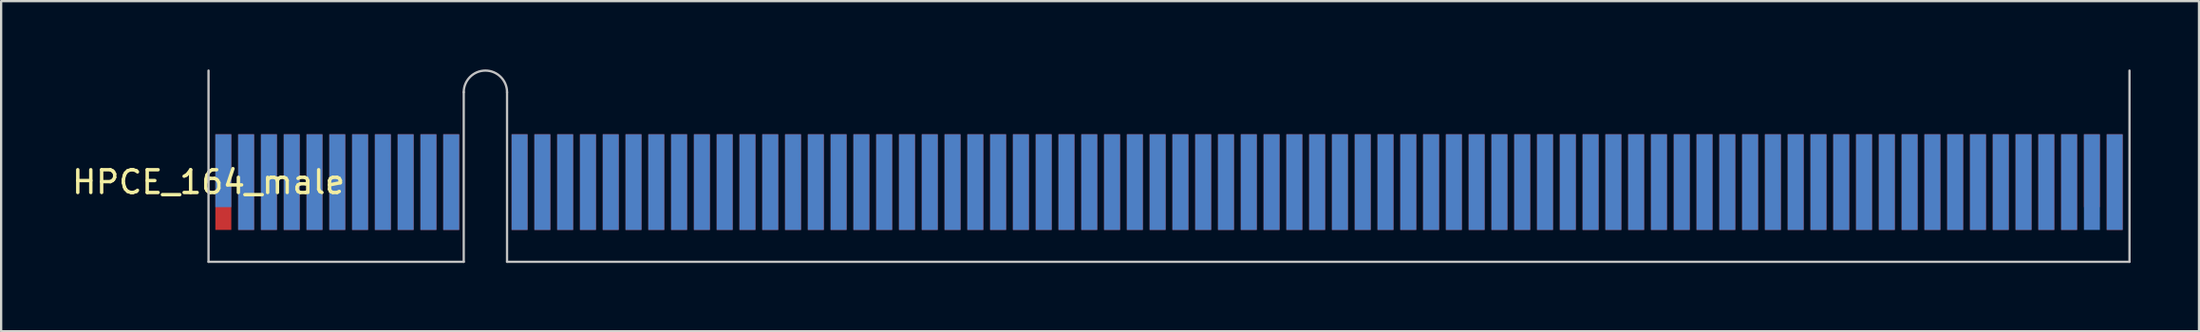
<source format=kicad_pcb>
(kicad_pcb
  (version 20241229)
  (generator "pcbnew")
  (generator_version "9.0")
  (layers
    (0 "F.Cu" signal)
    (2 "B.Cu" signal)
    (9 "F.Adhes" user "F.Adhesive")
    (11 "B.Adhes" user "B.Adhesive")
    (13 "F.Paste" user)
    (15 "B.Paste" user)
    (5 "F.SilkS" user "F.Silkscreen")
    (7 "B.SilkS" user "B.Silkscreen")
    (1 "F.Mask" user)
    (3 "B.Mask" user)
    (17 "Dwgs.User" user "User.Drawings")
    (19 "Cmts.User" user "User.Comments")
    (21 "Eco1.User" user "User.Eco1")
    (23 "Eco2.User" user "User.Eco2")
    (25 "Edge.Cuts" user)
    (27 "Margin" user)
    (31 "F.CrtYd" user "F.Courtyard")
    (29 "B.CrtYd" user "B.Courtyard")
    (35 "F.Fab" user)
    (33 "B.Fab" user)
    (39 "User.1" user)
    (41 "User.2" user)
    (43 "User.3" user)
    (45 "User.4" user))
  (footprint "HPCE_164_male"
    (layer "F.Cu")
    (at 6.101 4.95)
    (property "Reference" "HPCE_164_male" (at 0 0 0) (layer "F.SilkS") (effects (font (size 1 1) (thickness 0.15))))
    (attr through_hole)
    (fp_line (start 0 3.5) (end 0 -4.9) (stroke (width 0.1) (type solid)) (layer "Dwgs.User"))
    (fp_line (start 0 3.5) (end 11.2 3.5) (stroke (width 0.1) (type solid)) (layer "Dwgs.User"))
    (fp_line (start 11.2 3.5) (end 11.2 -3.95) (stroke (width 0.1) (type solid)) (layer "Dwgs.User"))
    (fp_line (start 13.1 3.5) (end 13.1 -3.95) (stroke (width 0.1) (type solid)) (layer "Dwgs.User"))
    (fp_line (start 13.1 3.5) (end 84.3 3.5) (stroke (width 0.1) (type solid)) (layer "Dwgs.User"))
    (fp_line (start 84.3 3.5) (end 84.3 -4.9) (stroke (width 0.1) (type solid)) (layer "Dwgs.User"))
    (fp_arc (start 11.2 -3.95) (mid 12.15 -4.9) (end 13.1 -3.95) (stroke (width 0.1) (type solid)) (layer "Dwgs.User"))
    (pad "A1" smd rect (at 0.65 -0.5) (size 0.7 3.2) (layers "B.Cu" "B.Mask"))
    (pad "A2" smd rect (at 1.65 0) (size 0.7 4.2) (layers "B.Cu" "B.Mask"))
    (pad "A3" smd rect (at 2.65 0) (size 0.7 4.2) (layers "B.Cu" "B.Mask"))
    (pad "A4" smd rect (at 3.65 0) (size 0.7 4.2) (layers "B.Cu" "B.Mask"))
    (pad "A5" smd rect (at 4.65 0) (size 0.7 4.2) (layers "B.Cu" "B.Mask"))
    (pad "A6" smd rect (at 5.65 0) (size 0.7 4.2) (layers "B.Cu" "B.Mask"))
    (pad "A7" smd rect (at 6.65 0) (size 0.7 4.2) (layers "B.Cu" "B.Mask"))
    (pad "A8" smd rect (at 7.65 0) (size 0.7 4.2) (layers "B.Cu" "B.Mask"))
    (pad "A9" smd rect (at 8.65 0) (size 0.7 4.2) (layers "B.Cu" "B.Mask"))
    (pad "A10" smd rect (at 9.65 0) (size 0.7 4.2) (layers "B.Cu" "B.Mask"))
    (pad "A11" smd rect (at 10.65 0) (size 0.7 4.2) (layers "B.Cu" "B.Mask"))
    (pad "A12" smd rect (at 13.65 0) (size 0.7 4.2) (layers "B.Cu" "B.Mask"))
    (pad "A13" smd rect (at 14.65 0) (size 0.7 4.2) (layers "B.Cu" "B.Mask"))
    (pad "A14" smd rect (at 15.65 0) (size 0.7 4.2) (layers "B.Cu" "B.Mask"))
    (pad "A15" smd rect (at 16.65 0) (size 0.7 4.2) (layers "B.Cu" "B.Mask"))
    (pad "A16" smd rect (at 17.65 0) (size 0.7 4.2) (layers "B.Cu" "B.Mask"))
    (pad "A17" smd rect (at 18.65 0) (size 0.7 4.2) (layers "B.Cu" "B.Mask"))
    (pad "A18" smd rect (at 19.65 0) (size 0.7 4.2) (layers "B.Cu" "B.Mask"))
    (pad "A19" smd rect (at 20.65 0) (size 0.7 4.2) (layers "B.Cu" "B.Mask"))
    (pad "A20" smd rect (at 21.65 0) (size 0.7 4.2) (layers "B.Cu" "B.Mask"))
    (pad "A21" smd rect (at 22.65 0) (size 0.7 4.2) (layers "B.Cu" "B.Mask"))
    (pad "A22" smd rect (at 23.65 0) (size 0.7 4.2) (layers "B.Cu" "B.Mask"))
    (pad "A23" smd rect (at 24.65 0) (size 0.7 4.2) (layers "B.Cu" "B.Mask"))
    (pad "A24" smd rect (at 25.65 0) (size 0.7 4.2) (layers "B.Cu" "B.Mask"))
    (pad "A25" smd rect (at 26.65 0) (size 0.7 4.2) (layers "B.Cu" "B.Mask"))
    (pad "A26" smd rect (at 27.65 0) (size 0.7 4.2) (layers "B.Cu" "B.Mask"))
    (pad "A27" smd rect (at 28.65 0) (size 0.7 4.2) (layers "B.Cu" "B.Mask"))
    (pad "A28" smd rect (at 29.65 0) (size 0.7 4.2) (layers "B.Cu" "B.Mask"))
    (pad "A29" smd rect (at 30.65 0) (size 0.7 4.2) (layers "B.Cu" "B.Mask"))
    (pad "A30" smd rect (at 31.65 0) (size 0.7 4.2) (layers "B.Cu" "B.Mask"))
    (pad "A31" smd rect (at 32.65 0) (size 0.7 4.2) (layers "B.Cu" "B.Mask"))
    (pad "A32" smd rect (at 33.65 0) (size 0.7 4.2) (layers "B.Cu" "B.Mask"))
    (pad "A33" smd rect (at 34.65 0) (size 0.7 4.2) (layers "B.Cu" "B.Mask"))
    (pad "A34" smd rect (at 35.65 0) (size 0.7 4.2) (layers "B.Cu" "B.Mask"))
    (pad "A35" smd rect (at 36.65 0) (size 0.7 4.2) (layers "B.Cu" "B.Mask"))
    (pad "A36" smd rect (at 37.65 0) (size 0.7 4.2) (layers "B.Cu" "B.Mask"))
    (pad "A37" smd rect (at 38.65 0) (size 0.7 4.2) (layers "B.Cu" "B.Mask"))
    (pad "A38" smd rect (at 39.65 0) (size 0.7 4.2) (layers "B.Cu" "B.Mask"))
    (pad "A39" smd rect (at 40.65 0) (size 0.7 4.2) (layers "B.Cu" "B.Mask"))
    (pad "A40" smd rect (at 41.65 0) (size 0.7 4.2) (layers "B.Cu" "B.Mask"))
    (pad "A41" smd rect (at 42.65 0) (size 0.7 4.2) (layers "B.Cu" "B.Mask"))
    (pad "A42" smd rect (at 43.65 0) (size 0.7 4.2) (layers "B.Cu" "B.Mask"))
    (pad "A43" smd rect (at 44.65 0) (size 0.7 4.2) (layers "B.Cu" "B.Mask"))
    (pad "A44" smd rect (at 45.65 0) (size 0.7 4.2) (layers "B.Cu" "B.Mask"))
    (pad "A45" smd rect (at 46.65 0) (size 0.7 4.2) (layers "B.Cu" "B.Mask"))
    (pad "A46" smd rect (at 47.65 0) (size 0.7 4.2) (layers "B.Cu" "B.Mask"))
    (pad "A47" smd rect (at 48.65 0) (size 0.7 4.2) (layers "B.Cu" "B.Mask"))
    (pad "A48" smd rect (at 49.65 0) (size 0.7 4.2) (layers "B.Cu" "B.Mask"))
    (pad "A49" smd rect (at 50.65 0) (size 0.7 4.2) (layers "B.Cu" "B.Mask"))
    (pad "A50" smd rect (at 51.65 0) (size 0.7 4.2) (layers "B.Cu" "B.Mask"))
    (pad "A51" smd rect (at 52.65 0) (size 0.7 4.2) (layers "B.Cu" "B.Mask"))
    (pad "A52" smd rect (at 53.65 0) (size 0.7 4.2) (layers "B.Cu" "B.Mask"))
    (pad "A53" smd rect (at 54.65 0) (size 0.7 4.2) (layers "B.Cu" "B.Mask"))
    (pad "A54" smd rect (at 55.65 0) (size 0.7 4.2) (layers "B.Cu" "B.Mask"))
    (pad "A55" smd rect (at 56.65 0) (size 0.7 4.2) (layers "B.Cu" "B.Mask"))
    (pad "A56" smd rect (at 57.65 0) (size 0.7 4.2) (layers "B.Cu" "B.Mask"))
    (pad "A57" smd rect (at 58.65 0) (size 0.7 4.2) (layers "B.Cu" "B.Mask"))
    (pad "A58" smd rect (at 59.65 0) (size 0.7 4.2) (layers "B.Cu" "B.Mask"))
    (pad "A59" smd rect (at 60.65 0) (size 0.7 4.2) (layers "B.Cu" "B.Mask"))
    (pad "A60" smd rect (at 61.65 0) (size 0.7 4.2) (layers "B.Cu" "B.Mask"))
    (pad "A61" smd rect (at 62.65 0) (size 0.7 4.2) (layers "B.Cu" "B.Mask"))
    (pad "A62" smd rect (at 63.65 0) (size 0.7 4.2) (layers "B.Cu" "B.Mask"))
    (pad "A63" smd rect (at 64.65 0) (size 0.7 4.2) (layers "B.Cu" "B.Mask"))
    (pad "A64" smd rect (at 65.65 0) (size 0.7 4.2) (layers "B.Cu" "B.Mask"))
    (pad "A65" smd rect (at 66.65 0) (size 0.7 4.2) (layers "B.Cu" "B.Mask"))
    (pad "A66" smd rect (at 67.65 0) (size 0.7 4.2) (layers "B.Cu" "B.Mask"))
    (pad "A67" smd rect (at 68.65 0) (size 0.7 4.2) (layers "B.Cu" "B.Mask"))
    (pad "A68" smd rect (at 69.65 0) (size 0.7 4.2) (layers "B.Cu" "B.Mask"))
    (pad "A69" smd rect (at 70.65 0) (size 0.7 4.2) (layers "B.Cu" "B.Mask"))
    (pad "A70" smd rect (at 71.65 0) (size 0.7 4.2) (layers "B.Cu" "B.Mask"))
    (pad "A71" smd rect (at 72.65 0) (size 0.7 4.2) (layers "B.Cu" "B.Mask"))
    (pad "A72" smd rect (at 73.65 0) (size 0.7 4.2) (layers "B.Cu" "B.Mask"))
    (pad "A73" smd rect (at 74.65 0) (size 0.7 4.2) (layers "B.Cu" "B.Mask"))
    (pad "A74" smd rect (at 75.65 0) (size 0.7 4.2) (layers "B.Cu" "B.Mask"))
    (pad "A75" smd rect (at 76.65 0) (size 0.7 4.2) (layers "B.Cu" "B.Mask"))
    (pad "A76" smd rect (at 77.65 0) (size 0.7 4.2) (layers "B.Cu" "B.Mask"))
    (pad "A77" smd rect (at 78.65 0) (size 0.7 4.2) (layers "B.Cu" "B.Mask"))
    (pad "A78" smd rect (at 79.65 0) (size 0.7 4.2) (layers "B.Cu" "B.Mask"))
    (pad "A79" smd rect (at 80.65 0) (size 0.7 4.2) (layers "B.Cu" "B.Mask"))
    (pad "A80" smd rect (at 81.65 0) (size 0.7 4.2) (layers "B.Cu" "B.Mask"))
    (pad "A81" smd rect (at 82.65 0) (size 0.7 4.2) (layers "B.Cu" "B.Mask"))
    (pad "A82" smd rect (at 83.65 0) (size 0.7 4.2) (layers "B.Cu" "B.Mask"))
    (pad "B1" smd rect (at 0.65 0) (size 0.7 4.2) (layers "F.Cu" "F.Mask"))
    (pad "B2" smd rect (at 1.65 0) (size 0.7 4.2) (layers "F.Cu" "F.Mask"))
    (pad "B3" smd rect (at 2.65 0) (size 0.7 4.2) (layers "F.Cu" "F.Mask"))
    (pad "B4" smd rect (at 3.65 0) (size 0.7 4.2) (layers "F.Cu" "F.Mask"))
    (pad "B5" smd rect (at 4.65 0) (size 0.7 4.2) (layers "F.Cu" "F.Mask"))
    (pad "B6" smd rect (at 5.65 0) (size 0.7 4.2) (layers "F.Cu" "F.Mask"))
    (pad "B7" smd rect (at 6.65 0) (size 0.7 4.2) (layers "F.Cu" "F.Mask"))
    (pad "B8" smd rect (at 7.65 0) (size 0.7 4.2) (layers "F.Cu" "F.Mask"))
    (pad "B9" smd rect (at 8.65 0) (size 0.7 4.2) (layers "F.Cu" "F.Mask"))
    (pad "B10" smd rect (at 9.65 0) (size 0.7 4.2) (layers "F.Cu" "F.Mask"))
    (pad "B11" smd rect (at 10.65 0) (size 0.7 4.2) (layers "F.Cu" "F.Mask"))
    (pad "B12" smd rect (at 13.65 0) (size 0.7 4.2) (layers "F.Cu" "F.Mask"))
    (pad "B13" smd rect (at 14.65 0) (size 0.7 4.2) (layers "F.Cu" "F.Mask"))
    (pad "B14" smd rect (at 15.65 0) (size 0.7 4.2) (layers "F.Cu" "F.Mask"))
    (pad "B15" smd rect (at 16.65 0) (size 0.7 4.2) (layers "F.Cu" "F.Mask"))
    (pad "B16" smd rect (at 17.65 0) (size 0.7 4.2) (layers "F.Cu" "F.Mask"))
    (pad "B17" smd rect (at 18.65 0) (size 0.7 4.2) (layers "F.Cu" "F.Mask"))
    (pad "B18" smd rect (at 19.65 0) (size 0.7 4.2) (layers "F.Cu" "F.Mask"))
    (pad "B19" smd rect (at 20.65 0) (size 0.7 4.2) (layers "F.Cu" "F.Mask"))
    (pad "B20" smd rect (at 21.65 0) (size 0.7 4.2) (layers "F.Cu" "F.Mask"))
    (pad "B21" smd rect (at 22.65 0) (size 0.7 4.2) (layers "F.Cu" "F.Mask"))
    (pad "B22" smd rect (at 23.65 0) (size 0.7 4.2) (layers "F.Cu" "F.Mask"))
    (pad "B23" smd rect (at 24.65 0) (size 0.7 4.2) (layers "F.Cu" "F.Mask"))
    (pad "B24" smd rect (at 25.65 0) (size 0.7 4.2) (layers "F.Cu" "F.Mask"))
    (pad "B25" smd rect (at 26.65 0) (size 0.7 4.2) (layers "F.Cu" "F.Mask"))
    (pad "B26" smd rect (at 27.65 0) (size 0.7 4.2) (layers "F.Cu" "F.Mask"))
    (pad "B27" smd rect (at 28.65 0) (size 0.7 4.2) (layers "F.Cu" "F.Mask"))
    (pad "B28" smd rect (at 29.65 0) (size 0.7 4.2) (layers "F.Cu" "F.Mask"))
    (pad "B29" smd rect (at 30.65 0) (size 0.7 4.2) (layers "F.Cu" "F.Mask"))
    (pad "B30" smd rect (at 31.65 0) (size 0.7 4.2) (layers "F.Cu" "F.Mask"))
    (pad "B31" smd rect (at 32.65 0) (size 0.7 4.2) (layers "F.Cu" "F.Mask"))
    (pad "B32" smd rect (at 33.65 0) (size 0.7 4.2) (layers "F.Cu" "F.Mask"))
    (pad "B33" smd rect (at 34.65 0) (size 0.7 4.2) (layers "F.Cu" "F.Mask"))
    (pad "B34" smd rect (at 35.65 0) (size 0.7 4.2) (layers "F.Cu" "F.Mask"))
    (pad "B35" smd rect (at 36.65 0) (size 0.7 4.2) (layers "F.Cu" "F.Mask"))
    (pad "B36" smd rect (at 37.65 0) (size 0.7 4.2) (layers "F.Cu" "F.Mask"))
    (pad "B37" smd rect (at 38.65 0) (size 0.7 4.2) (layers "F.Cu" "F.Mask"))
    (pad "B38" smd rect (at 39.65 0) (size 0.7 4.2) (layers "F.Cu" "F.Mask"))
    (pad "B39" smd rect (at 40.65 0) (size 0.7 4.2) (layers "F.Cu" "F.Mask"))
    (pad "B40" smd rect (at 41.65 0) (size 0.7 4.2) (layers "F.Cu" "F.Mask"))
    (pad "B41" smd rect (at 42.65 0) (size 0.7 4.2) (layers "F.Cu" "F.Mask"))
    (pad "B42" smd rect (at 43.65 0) (size 0.7 4.2) (layers "F.Cu" "F.Mask"))
    (pad "B43" smd rect (at 44.65 0) (size 0.7 4.2) (layers "F.Cu" "F.Mask"))
    (pad "B44" smd rect (at 45.65 0) (size 0.7 4.2) (layers "F.Cu" "F.Mask"))
    (pad "B45" smd rect (at 46.65 0) (size 0.7 4.2) (layers "F.Cu" "F.Mask"))
    (pad "B46" smd rect (at 47.65 0) (size 0.7 4.2) (layers "F.Cu" "F.Mask"))
    (pad "B47" smd rect (at 48.65 0) (size 0.7 4.2) (layers "F.Cu" "F.Mask"))
    (pad "B48" smd rect (at 49.65 0) (size 0.7 4.2) (layers "F.Cu" "F.Mask"))
    (pad "B49" smd rect (at 50.65 0) (size 0.7 4.2) (layers "F.Cu" "F.Mask"))
    (pad "B50" smd rect (at 51.65 0) (size 0.7 4.2) (layers "F.Cu" "F.Mask"))
    (pad "B51" smd rect (at 52.65 0) (size 0.7 4.2) (layers "F.Cu" "F.Mask"))
    (pad "B52" smd rect (at 53.65 0) (size 0.7 4.2) (layers "F.Cu" "F.Mask"))
    (pad "B53" smd rect (at 54.65 0) (size 0.7 4.2) (layers "F.Cu" "F.Mask"))
    (pad "B54" smd rect (at 55.65 0) (size 0.7 4.2) (layers "F.Cu" "F.Mask"))
    (pad "B55" smd rect (at 56.65 0) (size 0.7 4.2) (layers "F.Cu" "F.Mask"))
    (pad "B56" smd rect (at 57.65 0) (size 0.7 4.2) (layers "F.Cu" "F.Mask"))
    (pad "B57" smd rect (at 58.65 0) (size 0.7 4.2) (layers "F.Cu" "F.Mask"))
    (pad "B58" smd rect (at 59.65 0) (size 0.7 4.2) (layers "F.Cu" "F.Mask"))
    (pad "B59" smd rect (at 60.65 0) (size 0.7 4.2) (layers "F.Cu" "F.Mask"))
    (pad "B60" smd rect (at 61.65 0) (size 0.7 4.2) (layers "F.Cu" "F.Mask"))
    (pad "B61" smd rect (at 62.65 0) (size 0.7 4.2) (layers "F.Cu" "F.Mask"))
    (pad "B62" smd rect (at 63.65 0) (size 0.7 4.2) (layers "F.Cu" "F.Mask"))
    (pad "B63" smd rect (at 64.65 0) (size 0.7 4.2) (layers "F.Cu" "F.Mask"))
    (pad "B64" smd rect (at 65.65 0) (size 0.7 4.2) (layers "F.Cu" "F.Mask"))
    (pad "B65" smd rect (at 66.65 0) (size 0.7 4.2) (layers "F.Cu" "F.Mask"))
    (pad "B66" smd rect (at 67.65 0) (size 0.7 4.2) (layers "F.Cu" "F.Mask"))
    (pad "B67" smd rect (at 68.65 0) (size 0.7 4.2) (layers "F.Cu" "F.Mask"))
    (pad "B68" smd rect (at 69.65 0) (size 0.7 4.2) (layers "F.Cu" "F.Mask"))
    (pad "B69" smd rect (at 70.65 0) (size 0.7 4.2) (layers "F.Cu" "F.Mask"))
    (pad "B70" smd rect (at 71.65 0) (size 0.7 4.2) (layers "F.Cu" "F.Mask"))
    (pad "B71" smd rect (at 72.65 0) (size 0.7 4.2) (layers "F.Cu" "F.Mask"))
    (pad "B72" smd rect (at 73.65 0) (size 0.7 4.2) (layers "F.Cu" "F.Mask"))
    (pad "B73" smd rect (at 74.65 0) (size 0.7 4.2) (layers "F.Cu" "F.Mask"))
    (pad "B74" smd rect (at 75.65 0) (size 0.7 4.2) (layers "F.Cu" "F.Mask"))
    (pad "B75" smd rect (at 76.65 0) (size 0.7 4.2) (layers "F.Cu" "F.Mask"))
    (pad "B76" smd rect (at 77.65 0) (size 0.7 4.2) (layers "F.Cu" "F.Mask"))
    (pad "B77" smd rect (at 78.65 0) (size 0.7 4.2) (layers "F.Cu" "F.Mask"))
    (pad "B78" smd rect (at 79.65 0) (size 0.7 4.2) (layers "F.Cu" "F.Mask"))
    (pad "B79" smd rect (at 80.65 0) (size 0.7 4.2) (layers "F.Cu" "F.Mask"))
    (pad "B80" smd rect (at 81.65 0) (size 0.7 4.2) (layers "F.Cu" "F.Mask"))
    (pad "B81" smd rect (at 82.65 -0.5) (size 0.7 3.2) (layers "F.Cu" "F.Mask"))
    (pad "B82" smd rect (at 83.65 0) (size 0.7 4.2) (layers "F.Cu" "F.Mask")))
  (gr_rect
    (start -3 -3)
    (end 93.451 11.5)
    (stroke (width 0.1) (type default))
    (fill no)
    (layer "Edge.Cuts")))
</source>
